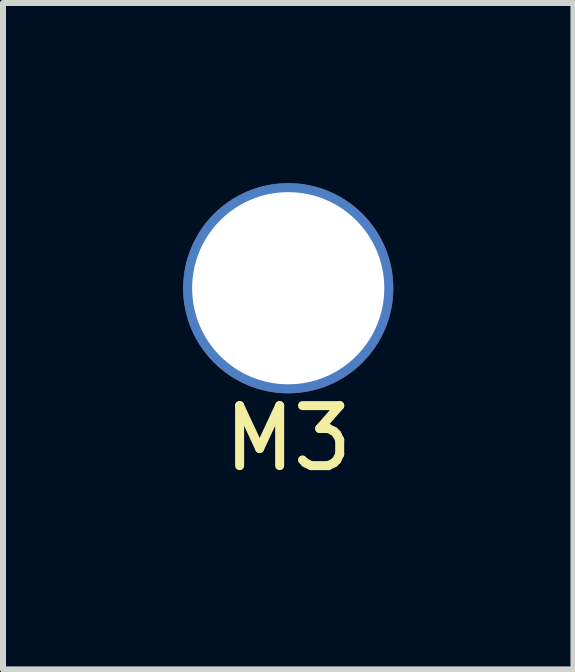
<source format=kicad_pcb>
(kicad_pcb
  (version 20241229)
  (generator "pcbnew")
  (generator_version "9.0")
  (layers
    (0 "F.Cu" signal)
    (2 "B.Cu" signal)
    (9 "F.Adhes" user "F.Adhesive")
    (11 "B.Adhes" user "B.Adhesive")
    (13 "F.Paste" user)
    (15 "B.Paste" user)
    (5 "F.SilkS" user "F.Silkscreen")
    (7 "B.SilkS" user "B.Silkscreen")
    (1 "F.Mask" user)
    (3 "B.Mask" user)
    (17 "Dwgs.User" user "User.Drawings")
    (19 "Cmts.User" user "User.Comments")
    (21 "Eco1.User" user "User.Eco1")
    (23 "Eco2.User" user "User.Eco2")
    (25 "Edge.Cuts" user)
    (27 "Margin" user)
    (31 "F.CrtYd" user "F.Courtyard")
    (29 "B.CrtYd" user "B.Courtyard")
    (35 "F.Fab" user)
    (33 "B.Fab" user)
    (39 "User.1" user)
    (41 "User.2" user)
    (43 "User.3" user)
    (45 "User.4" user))
  (footprint "M3"
    (layer "F.Cu")
    (at 1.75 1.75)
    (property "Reference" "M3" (at 0 2.5 0) (layer "F.SilkS") (effects (font (size 1 1) (thickness 0.15))))
    (attr through_hole)
    (pad "" np_thru_hole circle (at 0 0) (size 3.5 3.5) (drill 3.2) (layers "*.Cu" "*.Mask")))
  (gr_rect
    (start -3 -3)
    (end 6.5 8.098)
    (stroke (width 0.1) (type default))
    (fill no)
    (layer "Edge.Cuts")))
</source>
